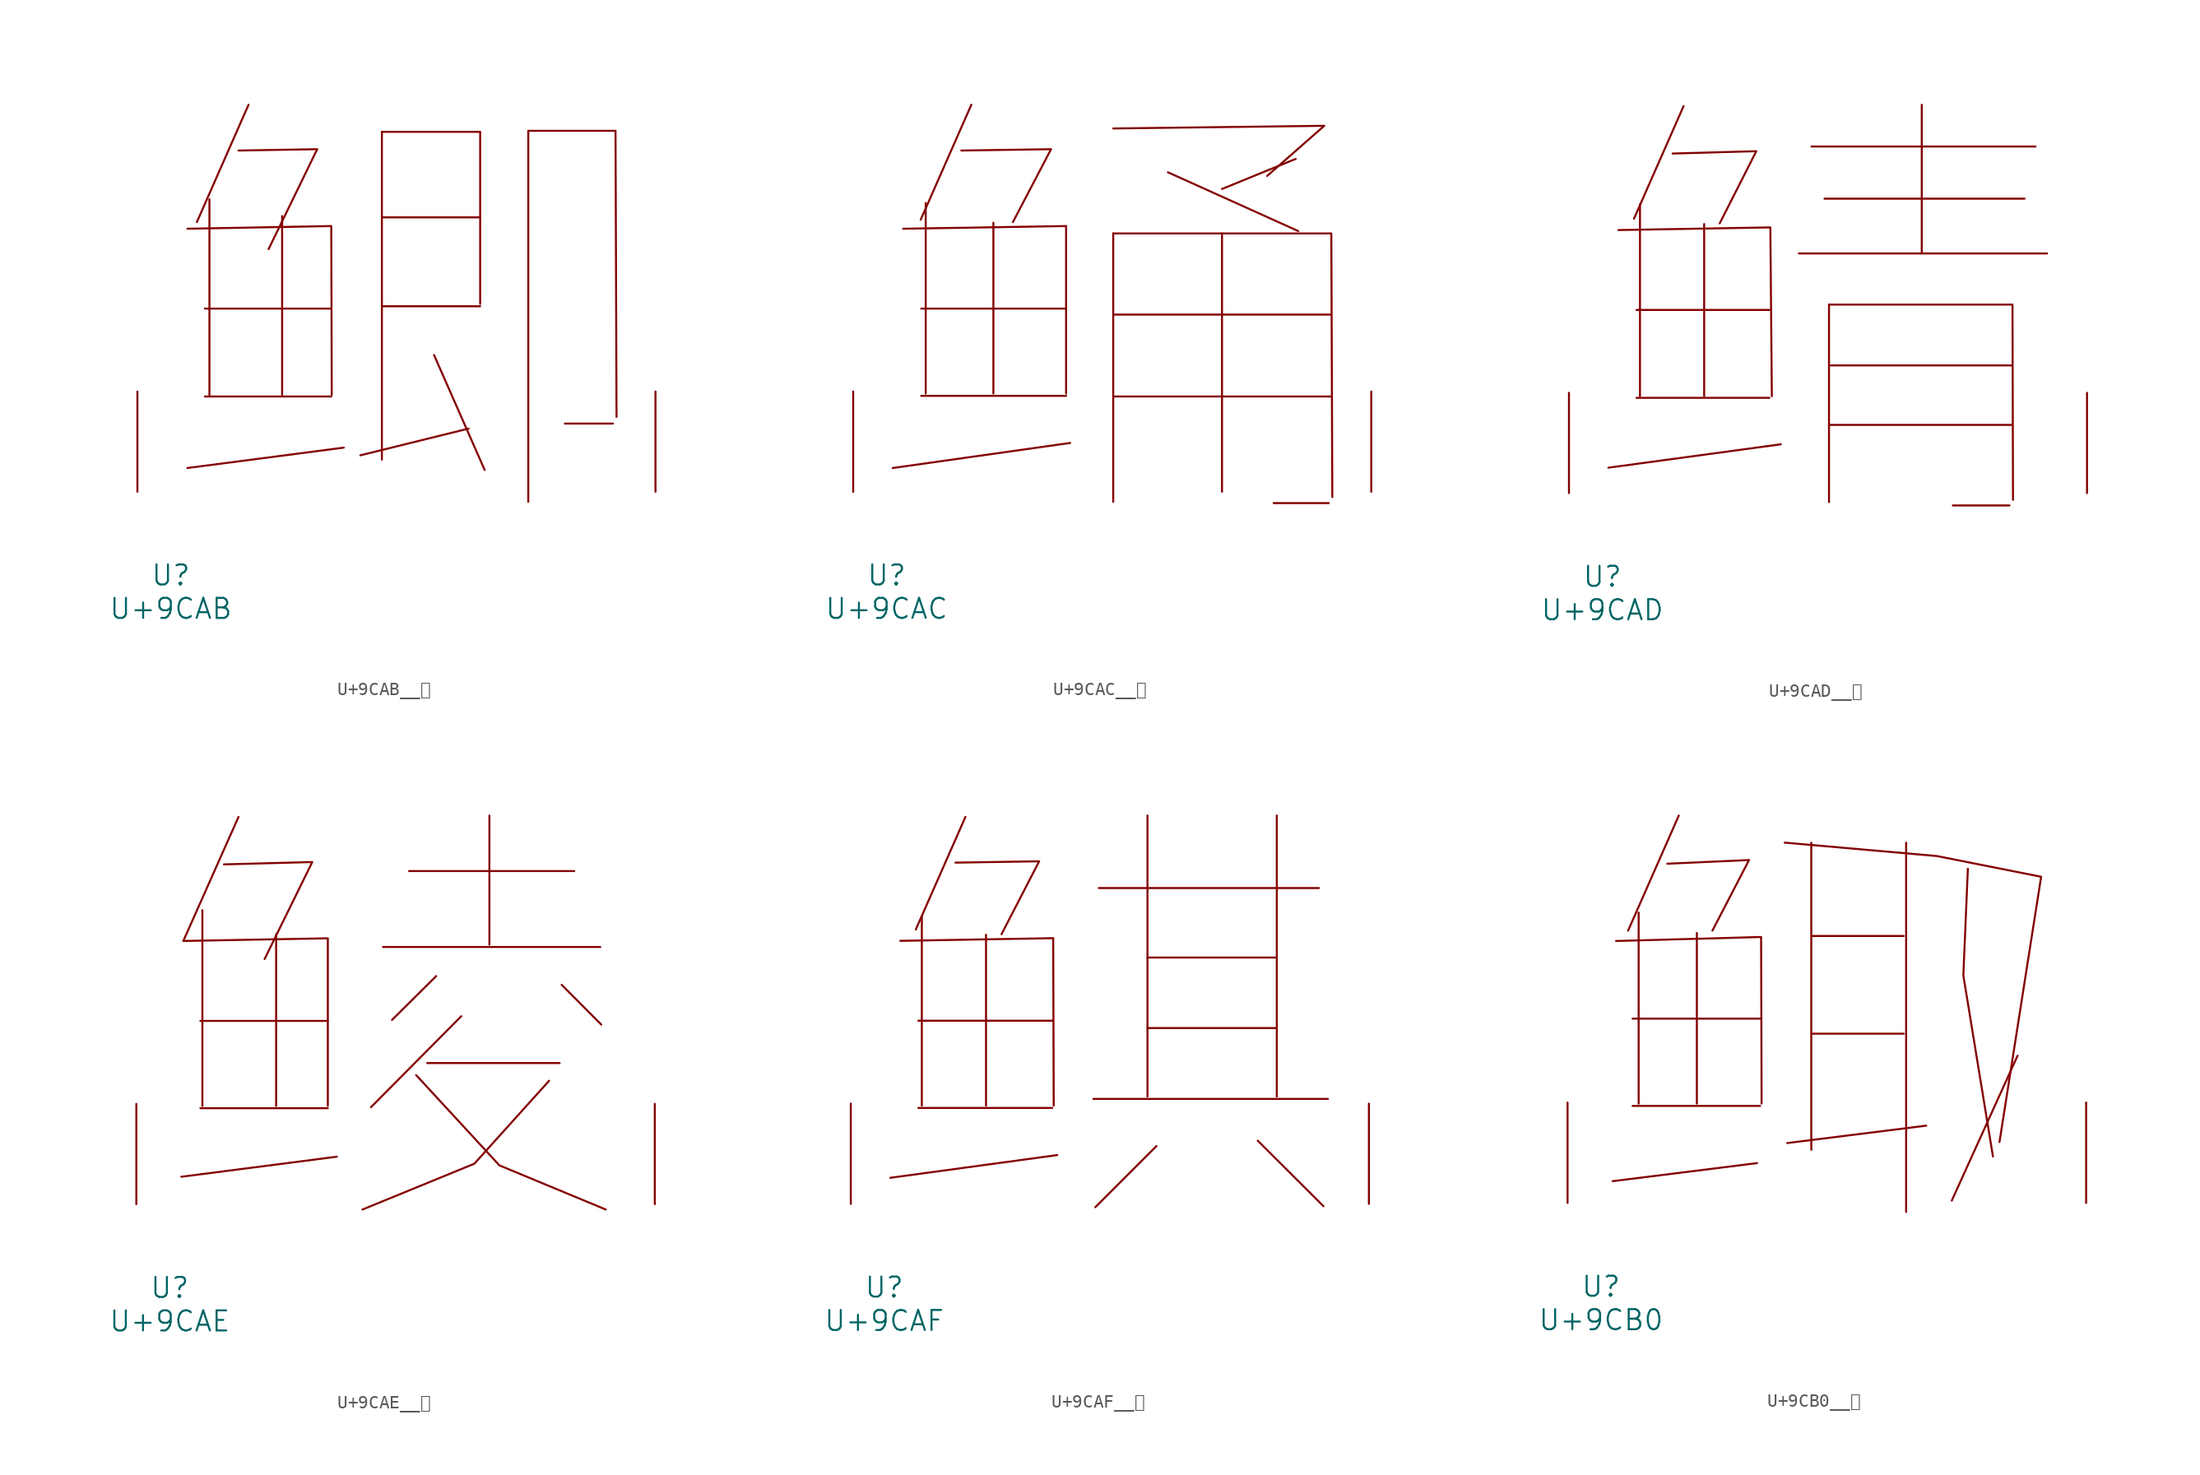
<source format=kicad_sym>
(kicad_symbol_lib
  (version 20231120)
  (generator "kicad_symbol_editor")
  (generator_version "8.0")
  (symbol "U+9CAB__鲫"
    (pin_names
      (offset 1.016))
    (property "Reference" "U"
      (at 0 -6.35 0)
      (effects (font (size 1.524 1.524))))
    (property "Value" "U+9CAB"
      (at 0 -8.89 0)
      (effects (font (size 1.524 1.524))))
    (symbol "U+9CAB__鲫_0_1"
      (polyline (pts (xy 2.591 7.239) (xy 12.192 7.239)) (stroke (width 0) (type solid)) (fill (type none)))
      (polyline (pts (xy 2.591 13.919) (xy 12.192 13.919)) (stroke (width 0) (type solid)) (fill (type none)))
      (polyline (pts (xy 2.934 22.225) (xy 2.934 7.366)) (stroke (width 0) (type solid)) (fill (type none)))
      (polyline (pts (xy 5.905 29.413) (xy 1.981 20.498)) (stroke (width 0) (type solid)) (fill (type none)))
      (polyline (pts (xy 8.458 20.955) (xy 8.458 7.366)) (stroke (width 0) (type solid)) (fill (type none)))
      (polyline (pts (xy 13.145 3.353) (xy 1.257 1.803)) (stroke (width 0) (type solid)) (fill (type none)))
      (polyline (pts (xy 16.04 14.097) (xy 23.508 14.097)) (stroke (width 0) (type solid)) (fill (type none)))
      (polyline (pts (xy 16.04 20.853) (xy 23.508 20.853)) (stroke (width 0) (type solid)) (fill (type none)))
      (polyline (pts (xy 16.04 27.356) (xy 16.04 2.438)) (stroke (width 0) (type solid)) (fill (type none)))
      (polyline (pts (xy 20.003 10.389) (xy 23.851 1.651)) (stroke (width 0) (type solid)) (fill (type none)))
      (polyline (pts (xy 22.631 4.801) (xy 14.402 2.769)) (stroke (width 0) (type solid)) (fill (type none)))
      (polyline (pts (xy 27.165 27.432) (xy 27.165 -0.762)) (stroke (width 0) (type solid)) (fill (type none)))
      (polyline (pts (xy 29.947 5.182) (xy 33.604 5.182)) (stroke (width 0) (type solid)) (fill (type none)))
      (polyline (pts (xy 1.257 19.99) (xy 12.192 20.193) (xy 12.23 7.366)) (stroke (width 0) (type solid)) (fill (type none)))
      (polyline (pts (xy 5.144 25.933) (xy 11.125 26.035) (xy 7.429 18.44)) (stroke (width 0) (type solid)) (fill (type none)))
      (polyline (pts (xy 16.04 27.356) (xy 23.508 27.356) (xy 23.508 14.275)) (stroke (width 0) (type solid)) (fill (type none)))
      (polyline (pts (xy 27.165 27.432) (xy 33.795 27.432) (xy 33.871 5.69)) (stroke (width 0) (type solid)) (fill (type none)))
      (pin input line (at -2.54 0 90) (length 7.62) (name "~" (effects (font (size 1.27 1.27)))) (number "~" (effects (font (size 1.27 1.27)))))
      (pin input line (at 36.83 0 90) (length 7.62) (name "~" (effects (font (size 1.27 1.27)))) (number "~" (effects (font (size 1.27 1.27)))))))
  (symbol "U+9CAC__鲬"
    (pin_names
      (offset 1.016))
    (property "Reference" "U"
      (at 0 -6.35 0)
      (effects (font (size 1.524 1.524))))
    (property "Value" "U+9CAC"
      (at 0 -8.89 0)
      (effects (font (size 1.524 1.524))))
    (symbol "U+9CAC__鲬_0_1"
      (polyline (pts (xy 2.629 7.29) (xy 13.64 7.29)) (stroke (width 0) (type solid)) (fill (type none)))
      (polyline (pts (xy 2.629 13.919) (xy 13.64 13.919)) (stroke (width 0) (type solid)) (fill (type none)))
      (polyline (pts (xy 2.972 21.946) (xy 2.972 7.468)) (stroke (width 0) (type solid)) (fill (type none)))
      (polyline (pts (xy 6.439 29.413) (xy 2.591 20.676)) (stroke (width 0) (type solid)) (fill (type none)))
      (polyline (pts (xy 8.115 20.447) (xy 8.115 7.468)) (stroke (width 0) (type solid)) (fill (type none)))
      (polyline (pts (xy 13.945 3.708) (xy 0.457 1.803)) (stroke (width 0) (type solid)) (fill (type none)))
      (polyline (pts (xy 17.221 7.239) (xy 33.795 7.239)) (stroke (width 0) (type solid)) (fill (type none)))
      (polyline (pts (xy 17.221 13.462) (xy 33.795 13.462)) (stroke (width 0) (type solid)) (fill (type none)))
      (polyline (pts (xy 17.221 19.634) (xy 17.221 -0.762)) (stroke (width 0) (type solid)) (fill (type none)))
      (polyline (pts (xy 21.374 24.282) (xy 31.28 19.812)) (stroke (width 0) (type solid)) (fill (type none)))
      (polyline (pts (xy 25.489 19.634) (xy 25.489 0)) (stroke (width 0) (type solid)) (fill (type none)))
      (polyline (pts (xy 29.413 -0.864) (xy 33.604 -0.864)) (stroke (width 0) (type solid)) (fill (type none)))
      (polyline (pts (xy 31.09 25.298) (xy 25.489 23.012)) (stroke (width 0) (type solid)) (fill (type none)))
      (polyline (pts (xy 1.257 19.99) (xy 13.64 20.193) (xy 13.64 7.468)) (stroke (width 0) (type solid)) (fill (type none)))
      (polyline (pts (xy 5.677 25.933) (xy 12.497 26.035) (xy 9.601 20.498)) (stroke (width 0) (type solid)) (fill (type none)))
      (polyline (pts (xy 17.221 19.634) (xy 33.795 19.634) (xy 33.871 -0.406)) (stroke (width 0) (type solid)) (fill (type none)))
      (polyline (pts (xy 17.221 27.61) (xy 33.261 27.813) (xy 28.918 24.003)) (stroke (width 0) (type solid)) (fill (type none)))
      (pin input line (at -2.54 0 90) (length 7.62) (name "~" (effects (font (size 1.27 1.27)))) (number "~" (effects (font (size 1.27 1.27)))))
      (pin input line (at 36.83 0 90) (length 7.62) (name "~" (effects (font (size 1.27 1.27)))) (number "~" (effects (font (size 1.27 1.27)))))))
  (symbol "U+9CAD__鲭"
    (pin_names
      (offset 1.016))
    (property "Reference" "U"
      (at 0 -6.35 0)
      (effects (font (size 1.524 1.524))))
    (property "Value" "U+9CAD"
      (at 0 -8.89 0)
      (effects (font (size 1.524 1.524))))
    (symbol "U+9CAD__鲭_0_1"
      (polyline (pts (xy 2.591 7.239) (xy 12.687 7.239)) (stroke (width 0) (type solid)) (fill (type none)))
      (polyline (pts (xy 2.591 13.919) (xy 12.687 13.919)) (stroke (width 0) (type solid)) (fill (type none)))
      (polyline (pts (xy 2.857 21.946) (xy 2.857 7.366)) (stroke (width 0) (type solid)) (fill (type none)))
      (polyline (pts (xy 6.172 29.413) (xy 2.4 20.853)) (stroke (width 0) (type solid)) (fill (type none)))
      (polyline (pts (xy 7.734 20.447) (xy 7.734 7.366)) (stroke (width 0) (type solid)) (fill (type none)))
      (polyline (pts (xy 13.564 3.708) (xy 0.457 1.93)) (stroke (width 0) (type solid)) (fill (type none)))
      (polyline (pts (xy 14.935 18.212) (xy 33.795 18.212)) (stroke (width 0) (type solid)) (fill (type none)))
      (polyline (pts (xy 15.888 26.34) (xy 32.918 26.34)) (stroke (width 0) (type solid)) (fill (type none)))
      (polyline (pts (xy 16.878 22.377) (xy 32.08 22.377)) (stroke (width 0) (type solid)) (fill (type none)))
      (polyline (pts (xy 17.221 5.182) (xy 31.09 5.182)) (stroke (width 0) (type solid)) (fill (type none)))
      (polyline (pts (xy 17.221 9.703) (xy 31.09 9.703)) (stroke (width 0) (type solid)) (fill (type none)))
      (polyline (pts (xy 17.221 14.326) (xy 17.221 -0.686)) (stroke (width 0) (type solid)) (fill (type none)))
      (polyline (pts (xy 24.27 29.515) (xy 24.27 18.263)) (stroke (width 0) (type solid)) (fill (type none)))
      (polyline (pts (xy 26.632 -0.94) (xy 30.937 -0.94)) (stroke (width 0) (type solid)) (fill (type none)))
      (polyline (pts (xy 1.219 19.99) (xy 12.764 20.193) (xy 12.878 7.366)) (stroke (width 0) (type solid)) (fill (type none)))
      (polyline (pts (xy 5.334 25.806) (xy 11.697 25.984) (xy 8.915 20.498)) (stroke (width 0) (type solid)) (fill (type none)))
      (polyline (pts (xy 17.221 14.326) (xy 31.166 14.326) (xy 31.204 -0.508)) (stroke (width 0) (type solid)) (fill (type none)))
      (pin input line (at -2.54 0 90) (length 7.62) (name "~" (effects (font (size 1.27 1.27)))) (number "~" (effects (font (size 1.27 1.27)))))
      (pin input line (at 36.83 0 90) (length 7.62) (name "~" (effects (font (size 1.27 1.27)))) (number "~" (effects (font (size 1.27 1.27)))))))
  (symbol "U+9CAE__鲮"
    (pin_names
      (offset 1.016))
    (property "Reference" "U"
      (at 0 -6.35 0)
      (effects (font (size 1.524 1.524))))
    (property "Value" "U+9CAE"
      (at 0 -8.89 0)
      (effects (font (size 1.524 1.524))))
    (symbol "U+9CAE__鲮_0_1"
      (polyline (pts (xy 2.324 7.29) (xy 12.002 7.29)) (stroke (width 0) (type solid)) (fill (type none)))
      (polyline (pts (xy 2.324 13.919) (xy 12.002 13.919)) (stroke (width 0) (type solid)) (fill (type none)))
      (polyline (pts (xy 2.477 22.327) (xy 2.477 7.468)) (stroke (width 0) (type solid)) (fill (type none)))
      (polyline (pts (xy 5.22 29.413) (xy 1.029 19.99)) (stroke (width 0) (type solid)) (fill (type none)))
      (polyline (pts (xy 8.077 20.498) (xy 8.077 7.468)) (stroke (width 0) (type solid)) (fill (type none)))
      (polyline (pts (xy 12.687 3.607) (xy 0.876 2.083)) (stroke (width 0) (type solid)) (fill (type none)))
      (polyline (pts (xy 16.192 19.533) (xy 32.69 19.533)) (stroke (width 0) (type solid)) (fill (type none)))
      (polyline (pts (xy 18.174 25.298) (xy 30.709 25.298)) (stroke (width 0) (type solid)) (fill (type none)))
      (polyline (pts (xy 19.545 10.719) (xy 29.604 10.719)) (stroke (width 0) (type solid)) (fill (type none)))
      (polyline (pts (xy 20.231 17.323) (xy 16.878 13.995)) (stroke (width 0) (type solid)) (fill (type none)))
      (polyline (pts (xy 22.136 14.275) (xy 15.278 7.366)) (stroke (width 0) (type solid)) (fill (type none)))
      (polyline (pts (xy 24.27 29.515) (xy 24.27 19.71)) (stroke (width 0) (type solid)) (fill (type none)))
      (polyline (pts (xy 29.756 16.662) (xy 32.766 13.64)) (stroke (width 0) (type solid)) (fill (type none)))
      (polyline (pts (xy 1.029 19.99) (xy 12.002 20.193) (xy 12.002 7.468)) (stroke (width 0) (type solid)) (fill (type none)))
      (polyline (pts (xy 4.115 25.806) (xy 10.82 25.984) (xy 7.201 18.618)) (stroke (width 0) (type solid)) (fill (type none)))
      (polyline (pts (xy 18.707 9.804) (xy 25.032 2.946) (xy 33.109 -0.406)) (stroke (width 0) (type solid)) (fill (type none)))
      (polyline (pts (xy 28.804 9.373) (xy 23.127 3.073) (xy 14.63 -0.406)) (stroke (width 0) (type solid)) (fill (type none)))
      (pin input line (at -2.54 0 90) (length 7.62) (name "~" (effects (font (size 1.27 1.27)))) (number "~" (effects (font (size 1.27 1.27)))))
      (pin input line (at 36.83 0 90) (length 7.62) (name "~" (effects (font (size 1.27 1.27)))) (number "~" (effects (font (size 1.27 1.27)))))))
  (symbol "U+9CAF__鲯"
    (pin_names
      (offset 1.016))
    (property "Reference" "U"
      (at 0 -6.35 0)
      (effects (font (size 1.524 1.524))))
    (property "Value" "U+9CAF"
      (at 0 -8.89 0)
      (effects (font (size 1.524 1.524))))
    (symbol "U+9CAF__鲯_0_1"
      (polyline (pts (xy 2.591 7.29) (xy 12.764 7.29)) (stroke (width 0) (type solid)) (fill (type none)))
      (polyline (pts (xy 2.591 13.919) (xy 12.764 13.919)) (stroke (width 0) (type solid)) (fill (type none)))
      (polyline (pts (xy 2.857 21.869) (xy 2.857 7.468)) (stroke (width 0) (type solid)) (fill (type none)))
      (polyline (pts (xy 6.172 29.413) (xy 2.4 20.853)) (stroke (width 0) (type solid)) (fill (type none)))
      (polyline (pts (xy 7.734 20.447) (xy 7.734 7.468)) (stroke (width 0) (type solid)) (fill (type none)))
      (polyline (pts (xy 13.145 3.708) (xy 0.457 1.981)) (stroke (width 0) (type solid)) (fill (type none)))
      (polyline (pts (xy 15.888 7.976) (xy 33.718 7.976)) (stroke (width 0) (type solid)) (fill (type none)))
      (polyline (pts (xy 16.307 24.003) (xy 33.033 24.003)) (stroke (width 0) (type solid)) (fill (type none)))
      (polyline (pts (xy 20.003 13.36) (xy 29.756 13.36)) (stroke (width 0) (type solid)) (fill (type none)))
      (polyline (pts (xy 20.003 18.72) (xy 29.756 18.72)) (stroke (width 0) (type solid)) (fill (type none)))
      (polyline (pts (xy 20.003 29.515) (xy 20.003 8.153)) (stroke (width 0) (type solid)) (fill (type none)))
      (polyline (pts (xy 20.688 4.394) (xy 16.04 -0.254)) (stroke (width 0) (type solid)) (fill (type none)))
      (polyline (pts (xy 28.384 4.801) (xy 33.376 -0.178)) (stroke (width 0) (type solid)) (fill (type none)))
      (polyline (pts (xy 29.832 29.515) (xy 29.832 8.153)) (stroke (width 0) (type solid)) (fill (type none)))
      (polyline (pts (xy 1.219 19.99) (xy 12.84 20.193) (xy 12.878 7.468)) (stroke (width 0) (type solid)) (fill (type none)))
      (polyline (pts (xy 5.41 25.933) (xy 11.773 26.035) (xy 8.915 20.498)) (stroke (width 0) (type solid)) (fill (type none)))
      (pin input line (at -2.54 0 90) (length 7.62) (name "~" (effects (font (size 1.27 1.27)))) (number "~" (effects (font (size 1.27 1.27)))))
      (pin input line (at 36.83 0 90) (length 7.62) (name "~" (effects (font (size 1.27 1.27)))) (number "~" (effects (font (size 1.27 1.27)))))))
  (symbol "U+9CB0__鲰"
    (pin_names
      (offset 1.016))
    (property "Reference" "U"
      (at 0 -6.35 0)
      (effects (font (size 1.524 1.524))))
    (property "Value" "U+9CB0"
      (at 0 -8.89 0)
      (effects (font (size 1.524 1.524))))
    (symbol "U+9CB0__鲰_0_1"
      (polyline (pts (xy 2.4 7.366) (xy 12.078 7.366)) (stroke (width 0) (type solid)) (fill (type none)))
      (polyline (pts (xy 2.4 13.995) (xy 12.078 13.995)) (stroke (width 0) (type solid)) (fill (type none)))
      (polyline (pts (xy 2.857 22.047) (xy 2.857 7.544)) (stroke (width 0) (type solid)) (fill (type none)))
      (polyline (pts (xy 5.905 29.413) (xy 2.057 20.676)) (stroke (width 0) (type solid)) (fill (type none)))
      (polyline (pts (xy 7.277 20.498) (xy 7.277 7.544)) (stroke (width 0) (type solid)) (fill (type none)))
      (polyline (pts (xy 11.849 3.023) (xy 0.876 1.651)) (stroke (width 0) (type solid)) (fill (type none)))
      (polyline (pts (xy 15.964 12.852) (xy 22.974 12.852)) (stroke (width 0) (type solid)) (fill (type none)))
      (polyline (pts (xy 15.964 20.269) (xy 22.974 20.269)) (stroke (width 0) (type solid)) (fill (type none)))
      (polyline (pts (xy 15.964 27.356) (xy 15.964 4.039)) (stroke (width 0) (type solid)) (fill (type none)))
      (polyline (pts (xy 23.165 27.356) (xy 23.165 -0.686)) (stroke (width 0) (type solid)) (fill (type none)))
      (polyline (pts (xy 24.689 5.867) (xy 14.135 4.547)) (stroke (width 0) (type solid)) (fill (type none)))
      (polyline (pts (xy 31.623 11.176) (xy 26.632 0.178)) (stroke (width 0) (type solid)) (fill (type none)))
      (polyline (pts (xy 1.143 19.888) (xy 12.154 20.193) (xy 12.192 7.544)) (stroke (width 0) (type solid)) (fill (type none)))
      (polyline (pts (xy 5.029 25.756) (xy 11.239 26.035) (xy 8.458 20.676)) (stroke (width 0) (type solid)) (fill (type none)))
      (polyline (pts (xy 27.851 25.375) (xy 27.508 17.272) (xy 29.756 3.531)) (stroke (width 0) (type solid)) (fill (type none)))
      (polyline (pts (xy 13.945 27.356) (xy 25.489 26.34) (xy 33.414 24.765) (xy 30.251 4.623)) (stroke (width 0) (type solid)) (fill (type none)))
      (pin input line (at -2.54 0 90) (length 7.62) (name "~" (effects (font (size 1.27 1.27)))) (number "~" (effects (font (size 1.27 1.27)))))
      (pin input line (at 36.83 0 90) (length 7.62) (name "~" (effects (font (size 1.27 1.27)))) (number "~" (effects (font (size 1.27 1.27))))))))
</source>
